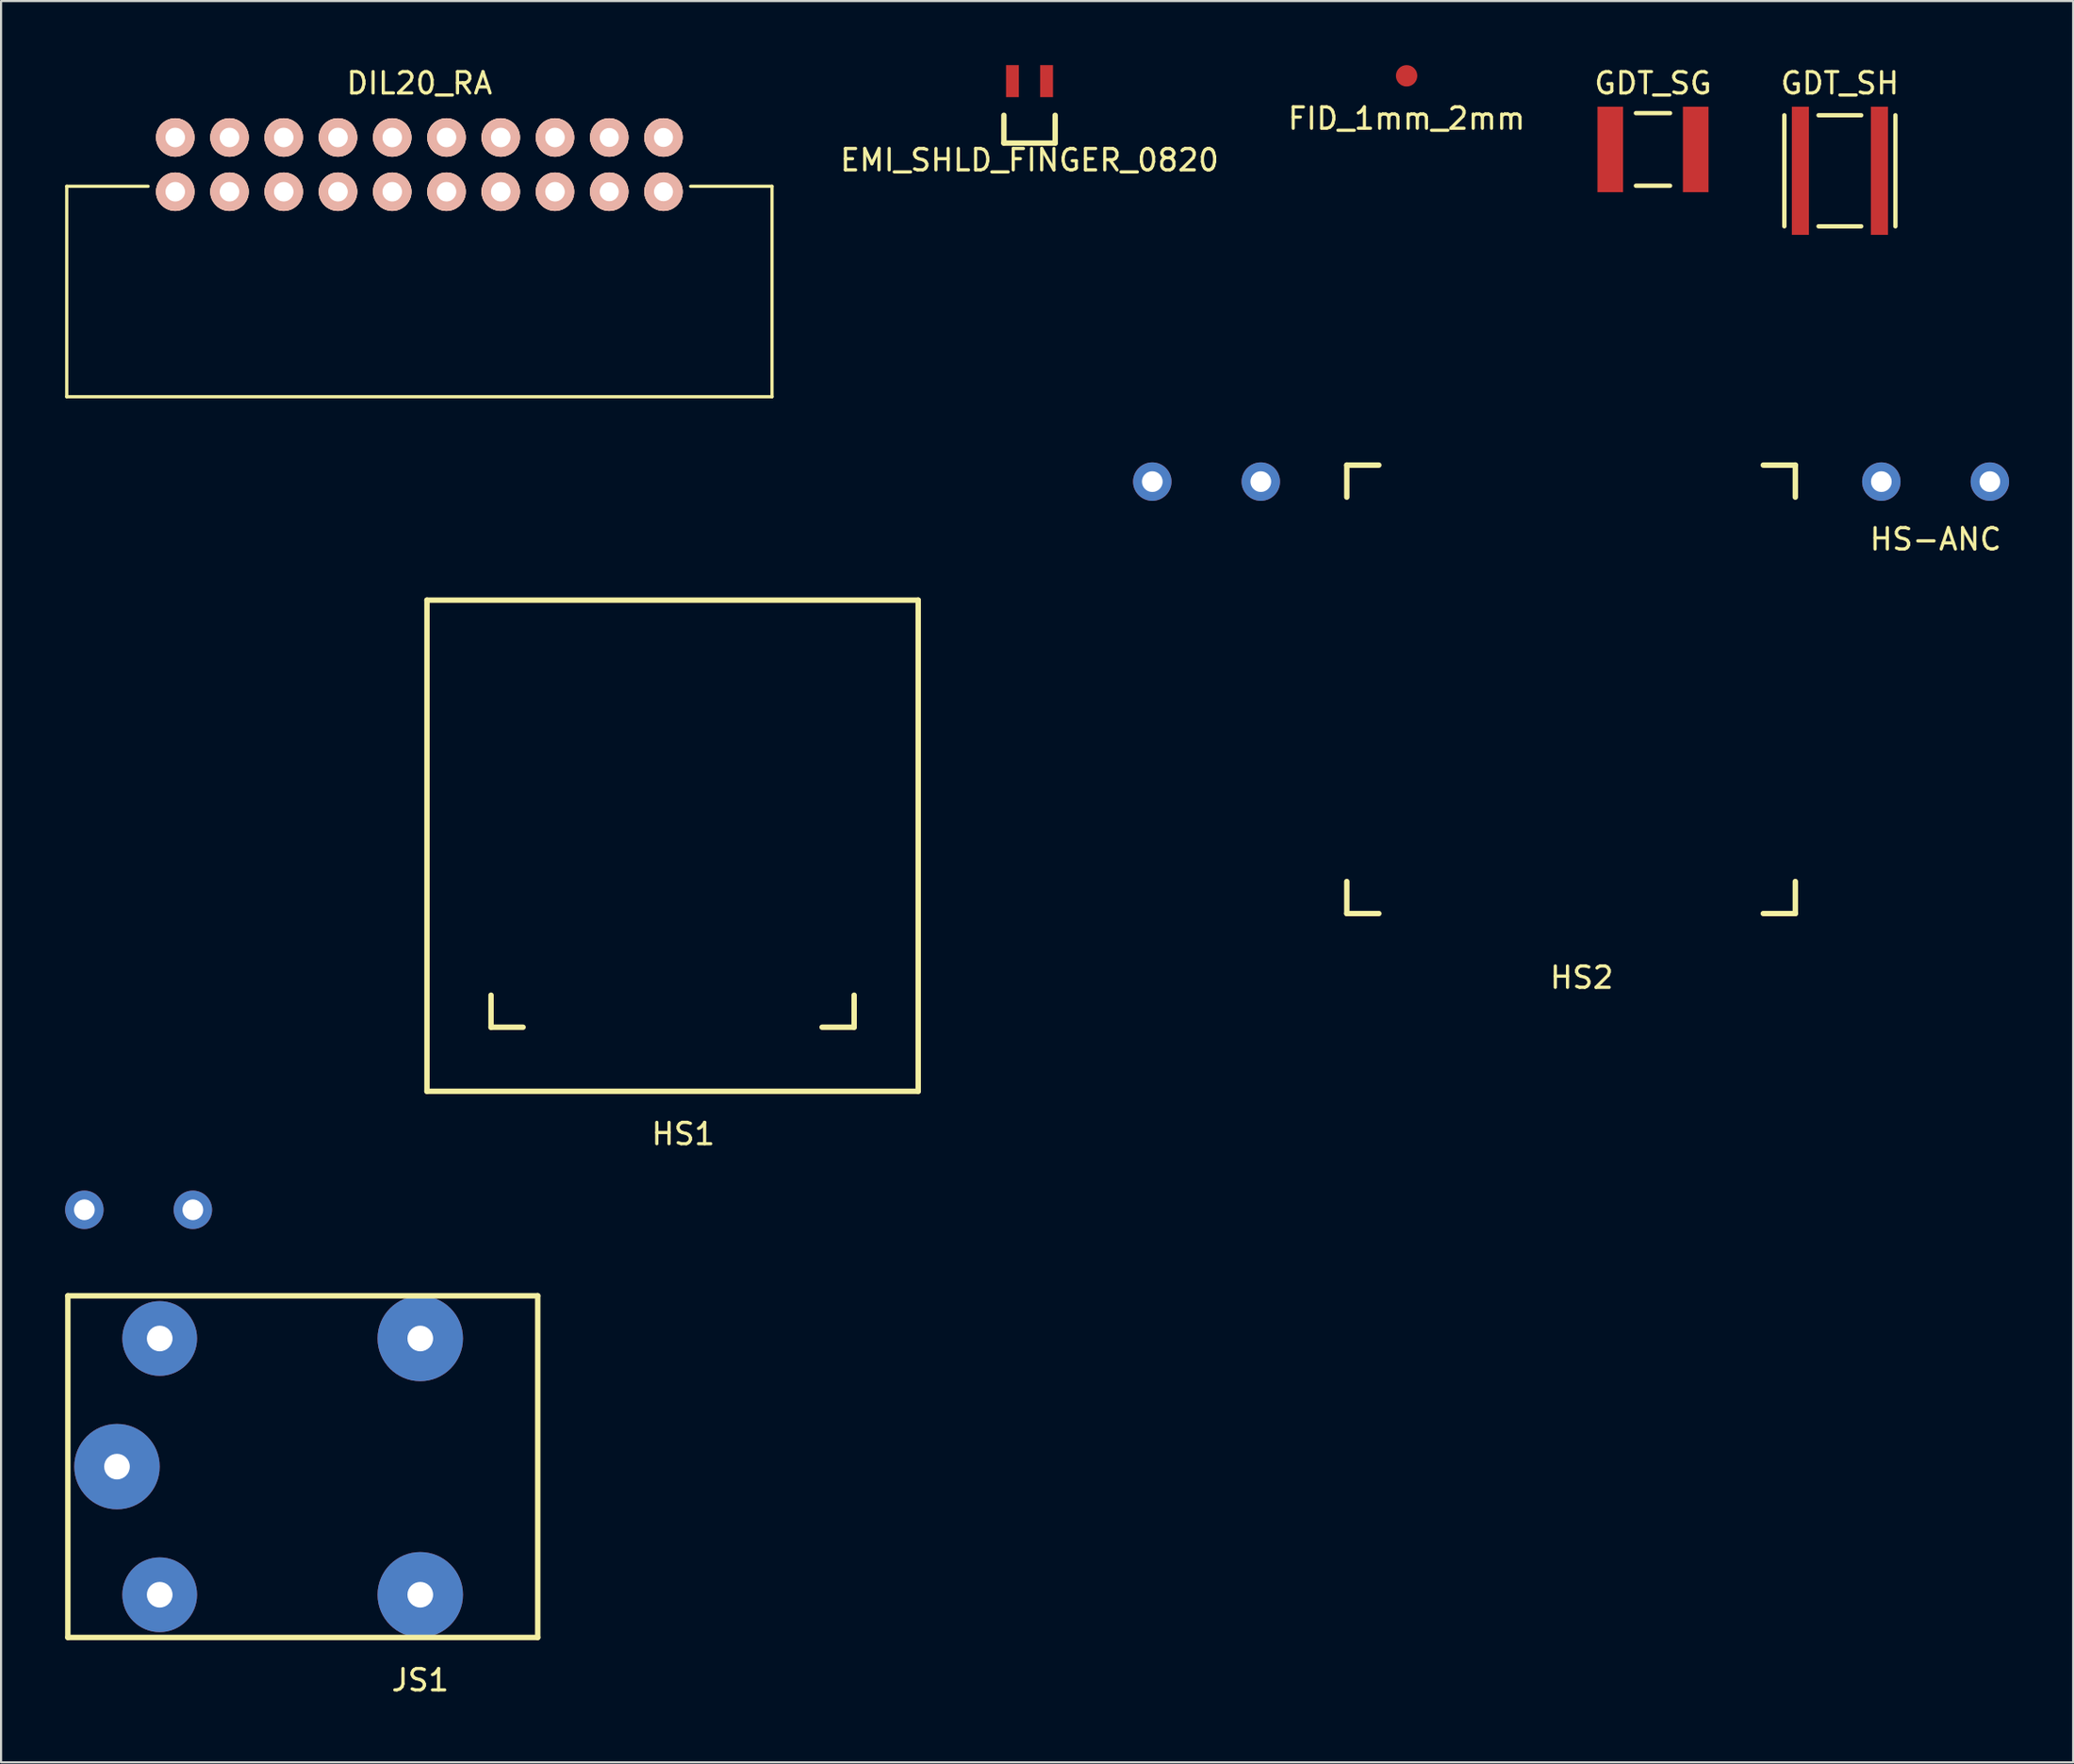
<source format=kicad_pcb>
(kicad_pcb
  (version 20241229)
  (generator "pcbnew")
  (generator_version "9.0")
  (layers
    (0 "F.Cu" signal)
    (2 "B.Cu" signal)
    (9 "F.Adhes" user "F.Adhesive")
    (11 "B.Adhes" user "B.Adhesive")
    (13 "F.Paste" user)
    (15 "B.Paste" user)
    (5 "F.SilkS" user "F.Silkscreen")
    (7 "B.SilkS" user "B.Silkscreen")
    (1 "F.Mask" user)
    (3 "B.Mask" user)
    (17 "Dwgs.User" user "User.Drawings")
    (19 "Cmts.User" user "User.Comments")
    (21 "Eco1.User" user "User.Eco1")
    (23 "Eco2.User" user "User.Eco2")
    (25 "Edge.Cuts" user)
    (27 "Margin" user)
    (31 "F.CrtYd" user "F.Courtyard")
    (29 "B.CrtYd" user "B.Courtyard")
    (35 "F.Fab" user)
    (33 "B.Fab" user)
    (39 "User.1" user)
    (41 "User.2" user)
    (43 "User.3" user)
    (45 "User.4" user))
  (footprint "HS1"
    (layer "F.Cu")
    (at 28.44 36.554)
    (property "Reference" "HS1" (at 0.5 13.5 0) (layer "F.SilkS") (effects (font (size 1 1) (thickness 0.15))))
    (attr through_hole)
    (fp_line (start -11.5 -11.5) (end -11.5 11.5) (stroke (width 0.254) (type solid)) (layer "F.SilkS"))
    (fp_line (start -11.5 11.5) (end 11.5 11.5) (stroke (width 0.254) (type solid)) (layer "F.SilkS"))
    (fp_line (start -8.5 8.5) (end -8.5 7) (stroke (width 0.254) (type solid)) (layer "F.SilkS"))
    (fp_line (start -7 8.5) (end -8.5 8.5) (stroke (width 0.254) (type solid)) (layer "F.SilkS"))
    (fp_line (start 7 8.5) (end 8.5 8.5) (stroke (width 0.254) (type solid)) (layer "F.SilkS"))
    (fp_line (start 8.5 8.5) (end 8.5 7) (stroke (width 0.254) (type solid)) (layer "F.SilkS"))
    (fp_line (start 11.5 -11.5) (end -11.5 -11.5) (stroke (width 0.254) (type solid)) (layer "F.SilkS"))
    (fp_line (start 11.5 11.5) (end 11.5 -11.5) (stroke (width 0.254) (type solid)) (layer "F.SilkS"))
    (pad "1" thru_hole circle (at -27.54 17.05) (size 1.8 1.8) (drill 0.97) (layers "*.Cu" "*.Mask"))
    (pad "1" thru_hole circle (at -22.46 17.05) (size 1.8 1.8) (drill 0.97) (layers "*.Cu" "*.Mask"))
    (pad "1" thru_hole circle (at 22.46 -17.05) (size 1.8 1.8) (drill 0.97) (layers "*.Cu" "*.Mask"))
    (pad "1" thru_hole circle (at 27.54 -17.05) (size 1.8 1.8) (drill 0.97) (layers "*.Cu" "*.Mask")))
  (footprint "HS2"
    (layer "F.Cu")
    (at 70.507 29.231)
    (property "Reference" "HS2" (at 0.5 13.5 0) (layer "F.SilkS") (effects (font (size 1 1) (thickness 0.15))))
    (attr through_hole)
    (fp_line (start -10.5 -10.5) (end -9 -10.5) (stroke (width 0.254) (type solid)) (layer "F.SilkS"))
    (fp_line (start -10.5 -9) (end -10.5 -10.5) (stroke (width 0.254) (type solid)) (layer "F.SilkS"))
    (fp_line (start -10.5 10.5) (end -10.5 9) (stroke (width 0.254) (type solid)) (layer "F.SilkS"))
    (fp_line (start -9 10.5) (end -10.5 10.5) (stroke (width 0.254) (type solid)) (layer "F.SilkS"))
    (fp_line (start 9 -10.5) (end 10.5 -10.5) (stroke (width 0.254) (type solid)) (layer "F.SilkS"))
    (fp_line (start 9 10.5) (end 10.5 10.5) (stroke (width 0.254) (type solid)) (layer "F.SilkS"))
    (fp_line (start 10.5 -10.5) (end 10.5 -9) (stroke (width 0.254) (type solid)) (layer "F.SilkS"))
    (fp_line (start 10.5 10.5) (end 10.5 9) (stroke (width 0.254) (type solid)) (layer "F.SilkS")))
  (footprint "GDT_SG"
    (layer "F.Cu")
    (at 74.343 3.948)
    (property "Reference" "GDT_SG" (at 0 -3.1 0) (layer "F.SilkS") (effects (font (size 1 1) (thickness 0.15))))
    (attr smd)
    (fp_line (start 0.8 -1.7) (end -0.8 -1.7) (stroke (width 0.203) (type solid)) (layer "F.SilkS"))
    (fp_line (start 0.8 1.7) (end -0.8 1.7) (stroke (width 0.203) (type solid)) (layer "F.SilkS"))
    (pad "1" smd rect (at -2 0 90) (size 4 1.2) (layers "F.Cu" "F.Mask" "F.Paste"))
    (pad "2" smd rect (at 2 0 90) (size 4 1.2) (layers "F.Cu" "F.Mask" "F.Paste")))
  (footprint "EMI_SHLD_FINGER_0820"
    (layer "F.Cu")
    (at 45.152 0.75)
    (property "Reference" "EMI_SHLD_FINGER_0820" (at 0 3.7 0) (layer "F.SilkS") (effects (font (size 1 1) (thickness 0.15))))
    (attr smd)
    (fp_line (start -1.2 1.6) (end -1.2 2.9) (stroke (width 0.254) (type solid)) (layer "F.SilkS"))
    (fp_line (start -1.2 2.9) (end 1.2 2.9) (stroke (width 0.254) (type solid)) (layer "F.SilkS"))
    (fp_line (start 1.2 1.6) (end 1.2 2.9) (stroke (width 0.254) (type solid)) (layer "F.SilkS"))
    (pad "1" smd rect (at -0.8 0 90) (size 1.5 0.6) (layers "F.Cu" "F.Mask" "F.Paste"))
    (pad "1" smd rect (at 0.8 0 90) (size 1.5 0.6) (layers "F.Cu" "F.Mask" "F.Paste")))
  (footprint "GDT_SH"
    (layer "F.Cu")
    (at 83.093 4.948)
    (property "Reference" "GDT_SH" (at 0 -4.1 0) (layer "F.SilkS") (effects (font (size 1 1) (thickness 0.15))))
    (attr smd)
    (fp_line (start -2.6 2.6) (end -2.6 -2.6) (stroke (width 0.203) (type solid)) (layer "F.SilkS"))
    (fp_line (start 1 -2.6) (end -1 -2.6) (stroke (width 0.203) (type solid)) (layer "F.SilkS"))
    (fp_line (start 1 2.6) (end -1 2.6) (stroke (width 0.203) (type solid)) (layer "F.SilkS"))
    (fp_line (start 2.6 -2.6) (end 2.6 2.6) (stroke (width 0.203) (type solid)) (layer "F.SilkS"))
    (pad "1" smd rect (at -1.85 0 90) (size 6 0.8) (layers "F.Cu" "F.Mask" "F.Paste"))
    (pad "2" smd rect (at 1.85 0 90) (size 6 0.8) (layers "F.Cu" "F.Mask" "F.Paste")))
  (footprint "FID_1mm_2mm"
    (layer "F.Cu")
    (at 62.807 0.5)
    (property "Reference" "FID_1mm_2mm" (at 0 2 0) (layer "F.SilkS") (effects (font (size 1 1) (thickness 0.15))))
    (attr smd)
    (pad "1" smd circle (at 0 0) (size 1 1) (layers "F.Cu" "F.Mask")))
  (footprint "DIL20_RA"
    (layer "F.Cu")
    (at 16.585 5.928)
    (property "Reference" "DIL20_RA" (at 0 -5.08 180) (layer "F.SilkS") (effects (font (size 1 1) (thickness 0.15))))
    (attr through_hole)
    (fp_line (start -16.51 -0.254) (end -16.51 9.601) (stroke (width 0.15) (type solid)) (layer "F.SilkS"))
    (fp_line (start -16.51 -0.254) (end -12.7 -0.254) (stroke (width 0.15) (type solid)) (layer "F.SilkS"))
    (fp_line (start -16.51 9.601) (end 16.51 9.601) (stroke (width 0.15) (type solid)) (layer "F.SilkS"))
    (fp_line (start 12.7 -0.254) (end 16.51 -0.254) (stroke (width 0.15) (type solid)) (layer "F.SilkS"))
    (fp_line (start 16.51 -0.254) (end 16.51 9.601) (stroke (width 0.15) (type solid)) (layer "F.SilkS"))
    (pad "1" thru_hole circle (at 11.43 -2.54 180) (size 1.8 1.8) (drill 0.889) (layers "*.Cu" "*.SilkS" "*.Mask"))
    (pad "2" thru_hole circle (at 11.43 0 180) (size 1.8 1.8) (drill 0.889) (layers "*.Cu" "*.SilkS" "*.Mask"))
    (pad "3" thru_hole circle (at 8.89 -2.54 180) (size 1.8 1.8) (drill 0.889) (layers "*.Cu" "*.SilkS" "*.Mask"))
    (pad "4" thru_hole circle (at 8.89 0 180) (size 1.8 1.8) (drill 0.889) (layers "*.Cu" "*.SilkS" "*.Mask"))
    (pad "5" thru_hole circle (at 6.35 -2.54 180) (size 1.8 1.8) (drill 0.914) (layers "*.Cu" "*.SilkS" "*.Mask"))
    (pad "6" thru_hole circle (at 6.35 0 180) (size 1.8 1.8) (drill 0.914) (layers "*.Cu" "*.SilkS" "*.Mask"))
    (pad "7" thru_hole circle (at 3.81 -2.54 180) (size 1.8 1.8) (drill 0.914) (layers "*.Cu" "*.SilkS" "*.Mask"))
    (pad "8" thru_hole circle (at 3.81 0 180) (size 1.8 1.8) (drill 0.914) (layers "*.Cu" "*.SilkS" "*.Mask"))
    (pad "9" thru_hole circle (at 1.27 -2.54 180) (size 1.8 1.8) (drill 0.914) (layers "*.Cu" "*.SilkS" "*.Mask"))
    (pad "10" thru_hole circle (at 1.27 0 180) (size 1.8 1.8) (drill 0.914) (layers "*.Cu" "*.SilkS" "*.Mask"))
    (pad "11" thru_hole circle (at -1.27 -2.54 180) (size 1.8 1.8) (drill 0.914) (layers "*.Cu" "*.SilkS" "*.Mask"))
    (pad "12" thru_hole circle (at -1.27 0 180) (size 1.8 1.8) (drill 0.914) (layers "*.Cu" "*.SilkS" "*.Mask"))
    (pad "13" thru_hole circle (at -3.81 -2.54 180) (size 1.8 1.8) (drill 0.914) (layers "*.Cu" "*.SilkS" "*.Mask"))
    (pad "14" thru_hole circle (at -3.81 0 180) (size 1.8 1.8) (drill 0.914) (layers "*.Cu" "*.SilkS" "*.Mask"))
    (pad "15" thru_hole circle (at -6.35 -2.54 180) (size 1.8 1.8) (drill 0.914) (layers "*.Cu" "*.SilkS" "*.Mask"))
    (pad "16" thru_hole circle (at -6.35 0 180) (size 1.8 1.8) (drill 0.914) (layers "*.Cu" "*.SilkS" "*.Mask"))
    (pad "17" thru_hole circle (at -8.89 -2.54 180) (size 1.8 1.8) (drill 0.914) (layers "*.Cu" "*.SilkS" "*.Mask"))
    (pad "18" thru_hole circle (at -8.89 0 180) (size 1.8 1.8) (drill 0.914) (layers "*.Cu" "*.SilkS" "*.Mask"))
    (pad "19" thru_hole circle (at -11.43 -2.54 180) (size 1.8 1.8) (drill 0.914) (layers "*.Cu" "*.SilkS" "*.Mask"))
    (pad "20" thru_hole circle (at -11.43 0 180) (size 1.8 1.8) (drill 0.914) (layers "*.Cu" "*.SilkS" "*.Mask")))
  (footprint "JS1"
    (layer "F.Cu")
    (at 16.627 59.631)
    (property "Reference" "JS1" (at 0 16 0) (layer "F.SilkS") (effects (font (size 1 1) (thickness 0.15))))
    (attr through_hole)
    (fp_line (start -16.5 -2) (end 5.5 -2) (stroke (width 0.254) (type solid)) (layer "F.SilkS"))
    (fp_line (start -16.5 14) (end -16.5 -2) (stroke (width 0.254) (type solid)) (layer "F.SilkS"))
    (fp_line (start 5.5 -2) (end 5.5 14) (stroke (width 0.254) (type solid)) (layer "F.SilkS"))
    (fp_line (start 5.5 14) (end -16.5 14) (stroke (width 0.254) (type solid)) (layer "F.SilkS"))
    (pad "1" thru_hole circle (at -14.2 6) (size 4 4) (drill 1.2) (layers "*.Cu" "*.Mask"))
    (pad "2" thru_hole circle (at -12.2 0) (size 3.5 3.5) (drill 1.2) (layers "*.Cu" "*.Mask"))
    (pad "3" thru_hole circle (at 0 0) (size 4 4) (drill 1.2) (layers "*.Cu" "*.Mask"))
    (pad "4" thru_hole circle (at 0 12) (size 4 4) (drill 1.2) (layers "*.Cu" "*.Mask"))
    (pad "5" thru_hole circle (at -12.2 12) (size 3.5 3.5) (drill 1.2) (layers "*.Cu" "*.Mask")))
  (footprint "HS-ANC"
    (layer "F.Cu")
    (at 87.574 19.504)
    (property "Reference" "HS-ANC" (at 0 2.7 0) (layer "F.SilkS") (effects (font (size 1 1) (thickness 0.15))))
    (attr through_hole)
    (pad "1" thru_hole circle (at -2.54 0) (size 1.8 1.8) (drill 0.97) (layers "*.Cu" "*.Mask"))
    (pad "1" thru_hole circle (at 2.54 0) (size 1.8 1.8) (drill 0.97) (layers "*.Cu" "*.Mask")))
  (gr_rect
    (start -3 -3)
    (end 94.014 79.48)
    (stroke (width 0.1) (type default))
    (fill no)
    (layer "Edge.Cuts")))
</source>
